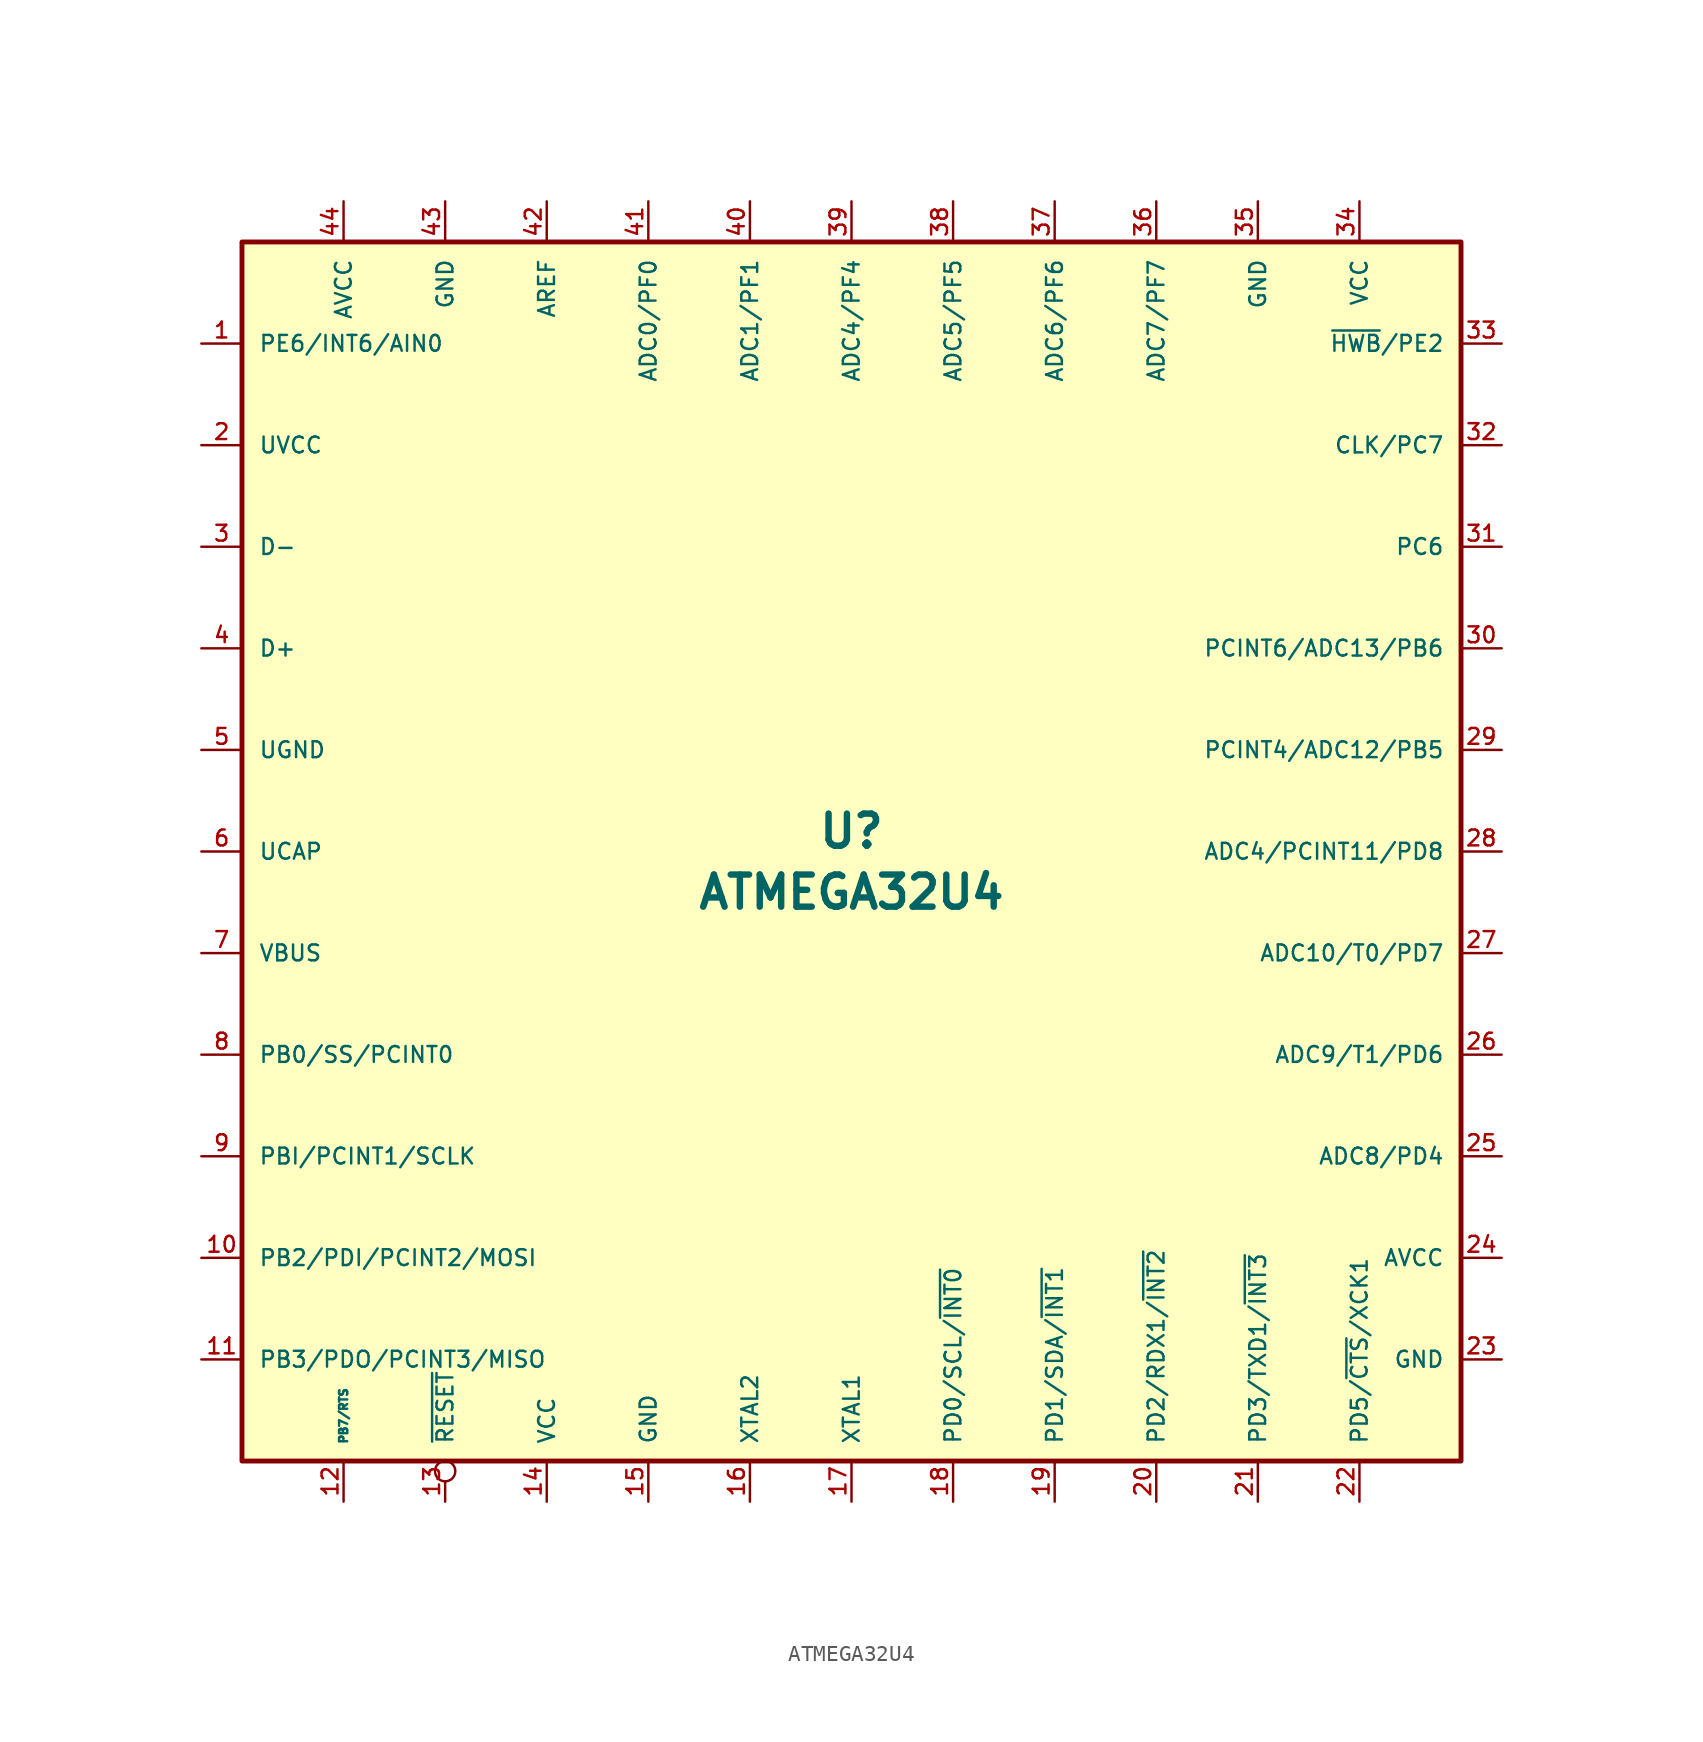
<source format=kicad_sym>
(kicad_symbol_lib
  (version 20211014)
  (generator kicad_symbol_editor)
  (symbol "ATMEGA32U4"
    (pin_names
      (offset 1.016))
    (property "Reference" "U"
      (at 0 1.27 0)
      (effects (font (size 2.007 2.007) bold)))
    (property "Value" "ATMEGA32U4"
      (at 0 -2.54 0)
      (effects (font (size 2.007 2.007) bold)))
    (symbol "ATMEGA32U4_0_1"
      (rectangle (start -38.1 38.1) (end 38.1 -38.1) (stroke (width 0.305) (type default) (color 0 0 0 0)) (fill (type background))))
    (symbol "ATMEGA32U4_1_1"
      (pin bidirectional line (at -40.64 31.75 0) (length 2.54) (name "PE6/INT6/AIN0" (effects (font (size 0.991 0.991)))) (number "1" (effects (font (size 0.991 0.991)))))
      (pin bidirectional line (at -40.64 -25.4 0) (length 2.54) (name "PB2/PDI/PCINT2/MOSI" (effects (font (size 0.991 0.991)))) (number "10" (effects (font (size 0.991 0.991)))))
      (pin bidirectional line (at -40.64 -31.75 0) (length 2.54) (name "PB3/PDO/PCINT3/MISO" (effects (font (size 0.991 0.991)))) (number "11" (effects (font (size 0.991 0.991)))))
      (pin bidirectional line (at -31.75 -40.64 90) (length 2.54) (name "PB7/RTS" (effects (font (size 0.508 0.508)))) (number "12" (effects (font (size 0.991 0.991)))))
      (pin input inverted (at -25.4 -40.64 90) (length 2.54) (name "~{RESET}" (effects (font (size 0.991 0.991)))) (number "13" (effects (font (size 0.991 0.991)))))
      (pin power_in line (at -19.05 -40.64 90) (length 2.54) (name "VCC" (effects (font (size 0.991 0.991)))) (number "14" (effects (font (size 0.991 0.991)))))
      (pin power_in line (at -12.7 -40.64 90) (length 2.54) (name "GND" (effects (font (size 0.991 0.991)))) (number "15" (effects (font (size 0.991 0.991)))))
      (pin input line (at -6.35 -40.64 90) (length 2.54) (name "XTAL2" (effects (font (size 0.991 0.991)))) (number "16" (effects (font (size 0.991 0.991)))))
      (pin input line (at 0 -40.64 90) (length 2.54) (name "XTAL1" (effects (font (size 0.991 0.991)))) (number "17" (effects (font (size 0.991 0.991)))))
      (pin bidirectional line (at 6.35 -40.64 90) (length 2.54) (name "PD0/SCL/~{INT0}" (effects (font (size 0.991 0.991)))) (number "18" (effects (font (size 0.991 0.991)))))
      (pin bidirectional line (at 12.7 -40.64 90) (length 2.54) (name "PD1/SDA/~{INT1}" (effects (font (size 0.991 0.991)))) (number "19" (effects (font (size 0.991 0.991)))))
      (pin power_in line (at -40.64 25.4 0) (length 2.54) (name "UVCC" (effects (font (size 0.991 0.991)))) (number "2" (effects (font (size 0.991 0.991)))))
      (pin bidirectional line (at 19.05 -40.64 90) (length 2.54) (name "PD2/RDX1/~{INT2}" (effects (font (size 0.991 0.991)))) (number "20" (effects (font (size 0.991 0.991)))))
      (pin bidirectional line (at 25.4 -40.64 90) (length 2.54) (name "PD3/TXD1/~{INT3}" (effects (font (size 0.991 0.991)))) (number "21" (effects (font (size 0.991 0.991)))))
      (pin bidirectional line (at 31.75 -40.64 90) (length 2.54) (name "PD5/~{CTS}/XCK1" (effects (font (size 0.991 0.991)))) (number "22" (effects (font (size 0.991 0.991)))))
      (pin power_in line (at 40.64 -31.75 180) (length 2.54) (name "GND" (effects (font (size 0.991 0.991)))) (number "23" (effects (font (size 0.991 0.991)))))
      (pin power_in line (at 40.64 -25.4 180) (length 2.54) (name "AVCC" (effects (font (size 0.991 0.991)))) (number "24" (effects (font (size 0.991 0.991)))))
      (pin bidirectional line (at 40.64 -19.05 180) (length 2.54) (name "ADC8/PD4" (effects (font (size 0.991 0.991)))) (number "25" (effects (font (size 0.991 0.991)))))
      (pin bidirectional line (at 40.64 -12.7 180) (length 2.54) (name "ADC9/T1/PD6" (effects (font (size 0.991 0.991)))) (number "26" (effects (font (size 0.991 0.991)))))
      (pin bidirectional line (at 40.64 -6.35 180) (length 2.54) (name "ADC10/T0/PD7" (effects (font (size 0.991 0.991)))) (number "27" (effects (font (size 0.991 0.991)))))
      (pin bidirectional line (at 40.64 0 180) (length 2.54) (name "ADC4/PCINT11/PD8" (effects (font (size 0.991 0.991)))) (number "28" (effects (font (size 0.991 0.991)))))
      (pin bidirectional line (at 40.64 6.35 180) (length 2.54) (name "PCINT4/ADC12/PB5" (effects (font (size 0.991 0.991)))) (number "29" (effects (font (size 0.991 0.991)))))
      (pin bidirectional line (at -40.64 19.05 0) (length 2.54) (name "D-" (effects (font (size 0.991 0.991)))) (number "3" (effects (font (size 0.991 0.991)))))
      (pin bidirectional line (at 40.64 12.7 180) (length 2.54) (name "PCINT6/ADC13/PB6" (effects (font (size 0.991 0.991)))) (number "30" (effects (font (size 0.991 0.991)))))
      (pin bidirectional line (at 40.64 19.05 180) (length 2.54) (name "PC6" (effects (font (size 0.991 0.991)))) (number "31" (effects (font (size 0.991 0.991)))))
      (pin bidirectional line (at 40.64 25.4 180) (length 2.54) (name "CLK/PC7" (effects (font (size 0.991 0.991)))) (number "32" (effects (font (size 0.991 0.991)))))
      (pin bidirectional line (at 40.64 31.75 180) (length 2.54) (name "~{HWB}/PE2" (effects (font (size 0.991 0.991)))) (number "33" (effects (font (size 0.991 0.991)))))
      (pin power_in line (at 31.75 40.64 270) (length 2.54) (name "VCC" (effects (font (size 0.991 0.991)))) (number "34" (effects (font (size 0.991 0.991)))))
      (pin power_in line (at 25.4 40.64 270) (length 2.54) (name "GND" (effects (font (size 0.991 0.991)))) (number "35" (effects (font (size 0.991 0.991)))))
      (pin bidirectional line (at 19.05 40.64 270) (length 2.54) (name "ADC7/PF7" (effects (font (size 0.991 0.991)))) (number "36" (effects (font (size 0.991 0.991)))))
      (pin bidirectional line (at 12.7 40.64 270) (length 2.54) (name "ADC6/PF6" (effects (font (size 0.991 0.991)))) (number "37" (effects (font (size 0.991 0.991)))))
      (pin bidirectional line (at 6.35 40.64 270) (length 2.54) (name "ADC5/PF5" (effects (font (size 0.991 0.991)))) (number "38" (effects (font (size 0.991 0.991)))))
      (pin bidirectional line (at 0 40.64 270) (length 2.54) (name "ADC4/PF4" (effects (font (size 0.991 0.991)))) (number "39" (effects (font (size 0.991 0.991)))))
      (pin bidirectional line (at -40.64 12.7 0) (length 2.54) (name "D+" (effects (font (size 0.991 0.991)))) (number "4" (effects (font (size 0.991 0.991)))))
      (pin bidirectional line (at -6.35 40.64 270) (length 2.54) (name "ADC1/PF1" (effects (font (size 0.991 0.991)))) (number "40" (effects (font (size 0.991 0.991)))))
      (pin bidirectional line (at -12.7 40.64 270) (length 2.54) (name "ADC0/PF0" (effects (font (size 0.991 0.991)))) (number "41" (effects (font (size 0.991 0.991)))))
      (pin input line (at -19.05 40.64 270) (length 2.54) (name "AREF" (effects (font (size 0.991 0.991)))) (number "42" (effects (font (size 0.991 0.991)))))
      (pin power_in line (at -25.4 40.64 270) (length 2.54) (name "GND" (effects (font (size 0.991 0.991)))) (number "43" (effects (font (size 0.991 0.991)))))
      (pin power_in line (at -31.75 40.64 270) (length 2.54) (name "AVCC" (effects (font (size 0.991 0.991)))) (number "44" (effects (font (size 0.991 0.991)))))
      (pin power_in line (at -40.64 6.35 0) (length 2.54) (name "UGND" (effects (font (size 0.991 0.991)))) (number "5" (effects (font (size 0.991 0.991)))))
      (pin input line (at -40.64 0 0) (length 2.54) (name "UCAP" (effects (font (size 0.991 0.991)))) (number "6" (effects (font (size 0.991 0.991)))))
      (pin power_in line (at -40.64 -6.35 0) (length 2.54) (name "VBUS" (effects (font (size 0.991 0.991)))) (number "7" (effects (font (size 0.991 0.991)))))
      (pin bidirectional line (at -40.64 -12.7 0) (length 2.54) (name "PB0/SS/PCINT0" (effects (font (size 0.991 0.991)))) (number "8" (effects (font (size 0.991 0.991)))))
      (pin bidirectional line (at -40.64 -19.05 0) (length 2.54) (name "PBI/PCINT1/SCLK" (effects (font (size 0.991 0.991)))) (number "9" (effects (font (size 0.991 0.991))))))))
</source>
